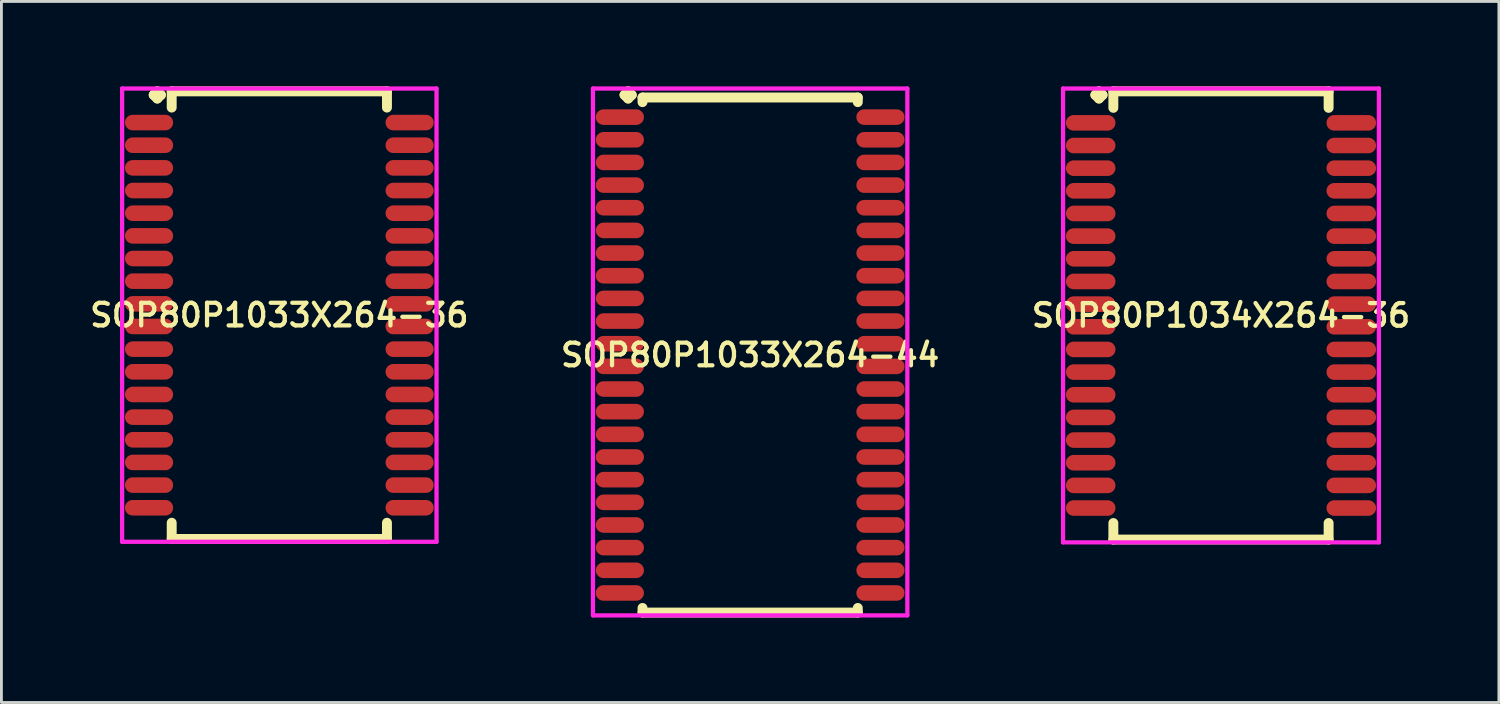
<source format=kicad_pcb>
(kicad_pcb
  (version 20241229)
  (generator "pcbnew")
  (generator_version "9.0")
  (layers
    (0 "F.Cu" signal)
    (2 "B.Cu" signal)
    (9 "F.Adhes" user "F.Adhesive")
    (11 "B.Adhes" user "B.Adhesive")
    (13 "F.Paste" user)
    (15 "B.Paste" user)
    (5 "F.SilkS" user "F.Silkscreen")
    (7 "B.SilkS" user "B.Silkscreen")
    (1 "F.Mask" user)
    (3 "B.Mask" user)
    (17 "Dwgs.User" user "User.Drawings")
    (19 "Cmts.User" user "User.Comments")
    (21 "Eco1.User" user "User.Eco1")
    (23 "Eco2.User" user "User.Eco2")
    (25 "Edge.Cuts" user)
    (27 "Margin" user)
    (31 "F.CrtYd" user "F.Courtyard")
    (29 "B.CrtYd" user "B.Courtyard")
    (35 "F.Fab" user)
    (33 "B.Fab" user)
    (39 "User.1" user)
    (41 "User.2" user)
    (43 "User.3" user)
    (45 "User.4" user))
  (footprint "SOP80P1034X264-36"
    (layer "F.Cu")
    (at 40.058 8.087)
    (property "Reference" "SOP80P1034X264-36" (at 0 0 0) (layer "F.SilkS") (effects (font (size 0.8 0.8) (thickness 0.15))))
    (attr smd)
    (fp_line (start -4.435 -7.785) (end -4.308 -7.912) (stroke (width 0.35) (type solid)) (layer "F.SilkS"))
    (fp_line (start -4.308 -7.912) (end -4.181 -7.785) (stroke (width 0.35) (type solid)) (layer "F.SilkS"))
    (fp_line (start -4.308 -7.658) (end -4.435 -7.785) (stroke (width 0.35) (type solid)) (layer "F.SilkS"))
    (fp_line (start -4.181 -7.785) (end -4.308 -7.658) (stroke (width 0.35) (type solid)) (layer "F.SilkS"))
    (fp_line (start -3.8 -7.912) (end 3.8 -7.912) (stroke (width 0.35) (type solid)) (layer "F.SilkS"))
    (fp_line (start -3.8 -7.329) (end -3.8 -7.912) (stroke (width 0.35) (type solid)) (layer "F.SilkS"))
    (fp_line (start -3.8 7.329) (end -3.8 7.912) (stroke (width 0.35) (type solid)) (layer "F.SilkS"))
    (fp_line (start -3.8 7.912) (end 3.8 7.912) (stroke (width 0.35) (type solid)) (layer "F.SilkS"))
    (fp_line (start 3.8 -7.912) (end 3.8 -7.329) (stroke (width 0.35) (type solid)) (layer "F.SilkS"))
    (fp_line (start 3.8 7.912) (end 3.8 7.329) (stroke (width 0.35) (type solid)) (layer "F.SilkS"))
    (fp_line (start -5.575 -8.012) (end 5.575 -8.012) (stroke (width 0.15) (type solid)) (layer "F.CrtYd"))
    (fp_line (start -5.575 8.012) (end -5.575 -8.012) (stroke (width 0.15) (type solid)) (layer "F.CrtYd"))
    (fp_line (start 5.575 -8.012) (end 5.575 8.012) (stroke (width 0.15) (type solid)) (layer "F.CrtYd"))
    (fp_line (start 5.575 8.012) (end -5.575 8.012) (stroke (width 0.15) (type solid)) (layer "F.CrtYd"))
    (pad "1" smd oval (at -4.6 -6.8) (size 1.75 0.55) (layers "F.Cu" "F.Mask" "F.Paste"))
    (pad "2" smd oval (at -4.6 -6) (size 1.75 0.55) (layers "F.Cu" "F.Mask" "F.Paste"))
    (pad "3" smd oval (at -4.6 -5.2) (size 1.75 0.55) (layers "F.Cu" "F.Mask" "F.Paste"))
    (pad "4" smd oval (at -4.6 -4.4) (size 1.75 0.55) (layers "F.Cu" "F.Mask" "F.Paste"))
    (pad "5" smd oval (at -4.6 -3.6) (size 1.75 0.55) (layers "F.Cu" "F.Mask" "F.Paste"))
    (pad "6" smd oval (at -4.6 -2.8) (size 1.75 0.55) (layers "F.Cu" "F.Mask" "F.Paste"))
    (pad "7" smd oval (at -4.6 -2) (size 1.75 0.55) (layers "F.Cu" "F.Mask" "F.Paste"))
    (pad "8" smd oval (at -4.6 -1.2) (size 1.75 0.55) (layers "F.Cu" "F.Mask" "F.Paste"))
    (pad "9" smd oval (at -4.6 -0.4) (size 1.75 0.55) (layers "F.Cu" "F.Mask" "F.Paste"))
    (pad "10" smd oval (at -4.6 0.4) (size 1.75 0.55) (layers "F.Cu" "F.Mask" "F.Paste"))
    (pad "11" smd oval (at -4.6 1.2) (size 1.75 0.55) (layers "F.Cu" "F.Mask" "F.Paste"))
    (pad "12" smd oval (at -4.6 2) (size 1.75 0.55) (layers "F.Cu" "F.Mask" "F.Paste"))
    (pad "13" smd oval (at -4.6 2.8) (size 1.75 0.55) (layers "F.Cu" "F.Mask" "F.Paste"))
    (pad "14" smd oval (at -4.6 3.6) (size 1.75 0.55) (layers "F.Cu" "F.Mask" "F.Paste"))
    (pad "15" smd oval (at -4.6 4.4) (size 1.75 0.55) (layers "F.Cu" "F.Mask" "F.Paste"))
    (pad "16" smd oval (at -4.6 5.2) (size 1.75 0.55) (layers "F.Cu" "F.Mask" "F.Paste"))
    (pad "17" smd oval (at -4.6 6) (size 1.75 0.55) (layers "F.Cu" "F.Mask" "F.Paste"))
    (pad "18" smd oval (at -4.6 6.8) (size 1.75 0.55) (layers "F.Cu" "F.Mask" "F.Paste"))
    (pad "19" smd oval (at 4.6 6.8) (size 1.75 0.55) (layers "F.Cu" "F.Mask" "F.Paste"))
    (pad "20" smd oval (at 4.6 6) (size 1.75 0.55) (layers "F.Cu" "F.Mask" "F.Paste"))
    (pad "21" smd oval (at 4.6 5.2) (size 1.75 0.55) (layers "F.Cu" "F.Mask" "F.Paste"))
    (pad "22" smd oval (at 4.6 4.4) (size 1.75 0.55) (layers "F.Cu" "F.Mask" "F.Paste"))
    (pad "23" smd oval (at 4.6 3.6) (size 1.75 0.55) (layers "F.Cu" "F.Mask" "F.Paste"))
    (pad "24" smd oval (at 4.6 2.8) (size 1.75 0.55) (layers "F.Cu" "F.Mask" "F.Paste"))
    (pad "25" smd oval (at 4.6 2) (size 1.75 0.55) (layers "F.Cu" "F.Mask" "F.Paste"))
    (pad "26" smd oval (at 4.6 1.2) (size 1.75 0.55) (layers "F.Cu" "F.Mask" "F.Paste"))
    (pad "27" smd oval (at 4.6 0.4) (size 1.75 0.55) (layers "F.Cu" "F.Mask" "F.Paste"))
    (pad "28" smd oval (at 4.6 -0.4) (size 1.75 0.55) (layers "F.Cu" "F.Mask" "F.Paste"))
    (pad "29" smd oval (at 4.6 -1.2) (size 1.75 0.55) (layers "F.Cu" "F.Mask" "F.Paste"))
    (pad "30" smd oval (at 4.6 -2) (size 1.75 0.55) (layers "F.Cu" "F.Mask" "F.Paste"))
    (pad "31" smd oval (at 4.6 -2.8) (size 1.75 0.55) (layers "F.Cu" "F.Mask" "F.Paste"))
    (pad "32" smd oval (at 4.6 -3.6) (size 1.75 0.55) (layers "F.Cu" "F.Mask" "F.Paste"))
    (pad "33" smd oval (at 4.6 -4.4) (size 1.75 0.55) (layers "F.Cu" "F.Mask" "F.Paste"))
    (pad "34" smd oval (at 4.6 -5.2) (size 1.75 0.55) (layers "F.Cu" "F.Mask" "F.Paste"))
    (pad "35" smd oval (at 4.6 -6) (size 1.75 0.55) (layers "F.Cu" "F.Mask" "F.Paste"))
    (pad "36" smd oval (at 4.6 -6.8) (size 1.75 0.55) (layers "F.Cu" "F.Mask" "F.Paste")))
  (footprint "SOP80P1033X264-44"
    (layer "F.Cu")
    (at 23.435 9.485)
    (property "Reference" "SOP80P1033X264-44" (at 0 0 0) (layer "F.SilkS") (effects (font (size 0.8 0.8) (thickness 0.15))))
    (attr smd)
    (fp_line (start -4.435 -9.183) (end -4.308 -9.31) (stroke (width 0.35) (type solid)) (layer "F.SilkS"))
    (fp_line (start -4.308 -9.31) (end -4.181 -9.183) (stroke (width 0.35) (type solid)) (layer "F.SilkS"))
    (fp_line (start -4.308 -9.056) (end -4.435 -9.183) (stroke (width 0.35) (type solid)) (layer "F.SilkS"))
    (fp_line (start -4.181 -9.183) (end -4.308 -9.056) (stroke (width 0.35) (type solid)) (layer "F.SilkS"))
    (fp_line (start -3.8 -9.092) (end 3.8 -9.092) (stroke (width 0.35) (type solid)) (layer "F.SilkS"))
    (fp_line (start -3.8 -8.929) (end -3.8 -9.092) (stroke (width 0.35) (type solid)) (layer "F.SilkS"))
    (fp_line (start -3.8 8.929) (end -3.8 9.092) (stroke (width 0.35) (type solid)) (layer "F.SilkS"))
    (fp_line (start -3.8 9.092) (end 3.8 9.092) (stroke (width 0.35) (type solid)) (layer "F.SilkS"))
    (fp_line (start 3.8 -9.092) (end 3.8 -8.929) (stroke (width 0.35) (type solid)) (layer "F.SilkS"))
    (fp_line (start 3.8 9.092) (end 3.8 8.929) (stroke (width 0.35) (type solid)) (layer "F.SilkS"))
    (fp_line (start -5.55 -9.41) (end 5.55 -9.41) (stroke (width 0.15) (type solid)) (layer "F.CrtYd"))
    (fp_line (start -5.55 9.192) (end -5.55 -9.41) (stroke (width 0.15) (type solid)) (layer "F.CrtYd"))
    (fp_line (start 5.55 -9.41) (end 5.55 9.192) (stroke (width 0.15) (type solid)) (layer "F.CrtYd"))
    (fp_line (start 5.55 9.192) (end -5.55 9.192) (stroke (width 0.15) (type solid)) (layer "F.CrtYd"))
    (pad "1" smd oval (at -4.6 -8.4) (size 1.7 0.55) (layers "F.Cu" "F.Mask" "F.Paste"))
    (pad "2" smd oval (at -4.6 -7.6) (size 1.7 0.55) (layers "F.Cu" "F.Mask" "F.Paste"))
    (pad "3" smd oval (at -4.6 -6.8) (size 1.7 0.55) (layers "F.Cu" "F.Mask" "F.Paste"))
    (pad "4" smd oval (at -4.6 -6) (size 1.7 0.55) (layers "F.Cu" "F.Mask" "F.Paste"))
    (pad "5" smd oval (at -4.6 -5.2) (size 1.7 0.55) (layers "F.Cu" "F.Mask" "F.Paste"))
    (pad "6" smd oval (at -4.6 -4.4) (size 1.7 0.55) (layers "F.Cu" "F.Mask" "F.Paste"))
    (pad "7" smd oval (at -4.6 -3.6) (size 1.7 0.55) (layers "F.Cu" "F.Mask" "F.Paste"))
    (pad "8" smd oval (at -4.6 -2.8) (size 1.7 0.55) (layers "F.Cu" "F.Mask" "F.Paste"))
    (pad "9" smd oval (at -4.6 -2) (size 1.7 0.55) (layers "F.Cu" "F.Mask" "F.Paste"))
    (pad "10" smd oval (at -4.6 -1.2) (size 1.7 0.55) (layers "F.Cu" "F.Mask" "F.Paste"))
    (pad "11" smd oval (at -4.6 -0.4) (size 1.7 0.55) (layers "F.Cu" "F.Mask" "F.Paste"))
    (pad "12" smd oval (at -4.6 0.4) (size 1.7 0.55) (layers "F.Cu" "F.Mask" "F.Paste"))
    (pad "13" smd oval (at -4.6 1.2) (size 1.7 0.55) (layers "F.Cu" "F.Mask" "F.Paste"))
    (pad "14" smd oval (at -4.6 2) (size 1.7 0.55) (layers "F.Cu" "F.Mask" "F.Paste"))
    (pad "15" smd oval (at -4.6 2.8) (size 1.7 0.55) (layers "F.Cu" "F.Mask" "F.Paste"))
    (pad "16" smd oval (at -4.6 3.6) (size 1.7 0.55) (layers "F.Cu" "F.Mask" "F.Paste"))
    (pad "17" smd oval (at -4.6 4.4) (size 1.7 0.55) (layers "F.Cu" "F.Mask" "F.Paste"))
    (pad "18" smd oval (at -4.6 5.2) (size 1.7 0.55) (layers "F.Cu" "F.Mask" "F.Paste"))
    (pad "19" smd oval (at -4.6 6) (size 1.7 0.55) (layers "F.Cu" "F.Mask" "F.Paste"))
    (pad "20" smd oval (at -4.6 6.8) (size 1.7 0.55) (layers "F.Cu" "F.Mask" "F.Paste"))
    (pad "21" smd oval (at -4.6 7.6) (size 1.7 0.55) (layers "F.Cu" "F.Mask" "F.Paste"))
    (pad "22" smd oval (at -4.6 8.4) (size 1.7 0.55) (layers "F.Cu" "F.Mask" "F.Paste"))
    (pad "23" smd oval (at 4.6 8.4) (size 1.7 0.55) (layers "F.Cu" "F.Mask" "F.Paste"))
    (pad "24" smd oval (at 4.6 7.6) (size 1.7 0.55) (layers "F.Cu" "F.Mask" "F.Paste"))
    (pad "25" smd oval (at 4.6 6.8) (size 1.7 0.55) (layers "F.Cu" "F.Mask" "F.Paste"))
    (pad "26" smd oval (at 4.6 6) (size 1.7 0.55) (layers "F.Cu" "F.Mask" "F.Paste"))
    (pad "27" smd oval (at 4.6 5.2) (size 1.7 0.55) (layers "F.Cu" "F.Mask" "F.Paste"))
    (pad "28" smd oval (at 4.6 4.4) (size 1.7 0.55) (layers "F.Cu" "F.Mask" "F.Paste"))
    (pad "29" smd oval (at 4.6 3.6) (size 1.7 0.55) (layers "F.Cu" "F.Mask" "F.Paste"))
    (pad "30" smd oval (at 4.6 2.8) (size 1.7 0.55) (layers "F.Cu" "F.Mask" "F.Paste"))
    (pad "31" smd oval (at 4.6 2) (size 1.7 0.55) (layers "F.Cu" "F.Mask" "F.Paste"))
    (pad "32" smd oval (at 4.6 1.2) (size 1.7 0.55) (layers "F.Cu" "F.Mask" "F.Paste"))
    (pad "33" smd oval (at 4.6 0.4) (size 1.7 0.55) (layers "F.Cu" "F.Mask" "F.Paste"))
    (pad "34" smd oval (at 4.6 -0.4) (size 1.7 0.55) (layers "F.Cu" "F.Mask" "F.Paste"))
    (pad "35" smd oval (at 4.6 -1.2) (size 1.7 0.55) (layers "F.Cu" "F.Mask" "F.Paste"))
    (pad "36" smd oval (at 4.6 -2) (size 1.7 0.55) (layers "F.Cu" "F.Mask" "F.Paste"))
    (pad "37" smd oval (at 4.6 -2.8) (size 1.7 0.55) (layers "F.Cu" "F.Mask" "F.Paste"))
    (pad "38" smd oval (at 4.6 -3.6) (size 1.7 0.55) (layers "F.Cu" "F.Mask" "F.Paste"))
    (pad "39" smd oval (at 4.6 -4.4) (size 1.7 0.55) (layers "F.Cu" "F.Mask" "F.Paste"))
    (pad "40" smd oval (at 4.6 -5.2) (size 1.7 0.55) (layers "F.Cu" "F.Mask" "F.Paste"))
    (pad "41" smd oval (at 4.6 -6) (size 1.7 0.55) (layers "F.Cu" "F.Mask" "F.Paste"))
    (pad "42" smd oval (at 4.6 -6.8) (size 1.7 0.55) (layers "F.Cu" "F.Mask" "F.Paste"))
    (pad "43" smd oval (at 4.6 -7.6) (size 1.7 0.55) (layers "F.Cu" "F.Mask" "F.Paste"))
    (pad "44" smd oval (at 4.6 -8.4) (size 1.7 0.55) (layers "F.Cu" "F.Mask" "F.Paste")))
  (footprint "SOP80P1033X264-36"
    (layer "F.Cu")
    (at 6.812 8.077)
    (property "Reference" "SOP80P1033X264-36" (at 0 0 0) (layer "F.SilkS") (effects (font (size 0.8 0.8) (thickness 0.15))))
    (attr smd)
    (fp_line (start -4.435 -7.775) (end -4.308 -7.902) (stroke (width 0.35) (type solid)) (layer "F.SilkS"))
    (fp_line (start -4.308 -7.902) (end -4.181 -7.775) (stroke (width 0.35) (type solid)) (layer "F.SilkS"))
    (fp_line (start -4.308 -7.648) (end -4.435 -7.775) (stroke (width 0.35) (type solid)) (layer "F.SilkS"))
    (fp_line (start -4.181 -7.775) (end -4.308 -7.648) (stroke (width 0.35) (type solid)) (layer "F.SilkS"))
    (fp_line (start -3.8 -7.902) (end 3.8 -7.902) (stroke (width 0.35) (type solid)) (layer "F.SilkS"))
    (fp_line (start -3.8 -7.329) (end -3.8 -7.902) (stroke (width 0.35) (type solid)) (layer "F.SilkS"))
    (fp_line (start -3.8 7.329) (end -3.8 7.902) (stroke (width 0.35) (type solid)) (layer "F.SilkS"))
    (fp_line (start -3.8 7.902) (end 3.8 7.902) (stroke (width 0.35) (type solid)) (layer "F.SilkS"))
    (fp_line (start 3.8 -7.902) (end 3.8 -7.329) (stroke (width 0.35) (type solid)) (layer "F.SilkS"))
    (fp_line (start 3.8 7.902) (end 3.8 7.329) (stroke (width 0.35) (type solid)) (layer "F.SilkS"))
    (fp_line (start -5.55 -8.002) (end 5.55 -8.002) (stroke (width 0.15) (type solid)) (layer "F.CrtYd"))
    (fp_line (start -5.55 8.002) (end -5.55 -8.002) (stroke (width 0.15) (type solid)) (layer "F.CrtYd"))
    (fp_line (start 5.55 -8.002) (end 5.55 8.002) (stroke (width 0.15) (type solid)) (layer "F.CrtYd"))
    (fp_line (start 5.55 8.002) (end -5.55 8.002) (stroke (width 0.15) (type solid)) (layer "F.CrtYd"))
    (pad "1" smd oval (at -4.6 -6.8) (size 1.7 0.55) (layers "F.Cu" "F.Mask" "F.Paste"))
    (pad "2" smd oval (at -4.6 -6) (size 1.7 0.55) (layers "F.Cu" "F.Mask" "F.Paste"))
    (pad "3" smd oval (at -4.6 -5.2) (size 1.7 0.55) (layers "F.Cu" "F.Mask" "F.Paste"))
    (pad "4" smd oval (at -4.6 -4.4) (size 1.7 0.55) (layers "F.Cu" "F.Mask" "F.Paste"))
    (pad "5" smd oval (at -4.6 -3.6) (size 1.7 0.55) (layers "F.Cu" "F.Mask" "F.Paste"))
    (pad "6" smd oval (at -4.6 -2.8) (size 1.7 0.55) (layers "F.Cu" "F.Mask" "F.Paste"))
    (pad "7" smd oval (at -4.6 -2) (size 1.7 0.55) (layers "F.Cu" "F.Mask" "F.Paste"))
    (pad "8" smd oval (at -4.6 -1.2) (size 1.7 0.55) (layers "F.Cu" "F.Mask" "F.Paste"))
    (pad "9" smd oval (at -4.6 -0.4) (size 1.7 0.55) (layers "F.Cu" "F.Mask" "F.Paste"))
    (pad "10" smd oval (at -4.6 0.4) (size 1.7 0.55) (layers "F.Cu" "F.Mask" "F.Paste"))
    (pad "11" smd oval (at -4.6 1.2) (size 1.7 0.55) (layers "F.Cu" "F.Mask" "F.Paste"))
    (pad "12" smd oval (at -4.6 2) (size 1.7 0.55) (layers "F.Cu" "F.Mask" "F.Paste"))
    (pad "13" smd oval (at -4.6 2.8) (size 1.7 0.55) (layers "F.Cu" "F.Mask" "F.Paste"))
    (pad "14" smd oval (at -4.6 3.6) (size 1.7 0.55) (layers "F.Cu" "F.Mask" "F.Paste"))
    (pad "15" smd oval (at -4.6 4.4) (size 1.7 0.55) (layers "F.Cu" "F.Mask" "F.Paste"))
    (pad "16" smd oval (at -4.6 5.2) (size 1.7 0.55) (layers "F.Cu" "F.Mask" "F.Paste"))
    (pad "17" smd oval (at -4.6 6) (size 1.7 0.55) (layers "F.Cu" "F.Mask" "F.Paste"))
    (pad "18" smd oval (at -4.6 6.8) (size 1.7 0.55) (layers "F.Cu" "F.Mask" "F.Paste"))
    (pad "19" smd oval (at 4.6 6.8) (size 1.7 0.55) (layers "F.Cu" "F.Mask" "F.Paste"))
    (pad "20" smd oval (at 4.6 6) (size 1.7 0.55) (layers "F.Cu" "F.Mask" "F.Paste"))
    (pad "21" smd oval (at 4.6 5.2) (size 1.7 0.55) (layers "F.Cu" "F.Mask" "F.Paste"))
    (pad "22" smd oval (at 4.6 4.4) (size 1.7 0.55) (layers "F.Cu" "F.Mask" "F.Paste"))
    (pad "23" smd oval (at 4.6 3.6) (size 1.7 0.55) (layers "F.Cu" "F.Mask" "F.Paste"))
    (pad "24" smd oval (at 4.6 2.8) (size 1.7 0.55) (layers "F.Cu" "F.Mask" "F.Paste"))
    (pad "25" smd oval (at 4.6 2) (size 1.7 0.55) (layers "F.Cu" "F.Mask" "F.Paste"))
    (pad "26" smd oval (at 4.6 1.2) (size 1.7 0.55) (layers "F.Cu" "F.Mask" "F.Paste"))
    (pad "27" smd oval (at 4.6 0.4) (size 1.7 0.55) (layers "F.Cu" "F.Mask" "F.Paste"))
    (pad "28" smd oval (at 4.6 -0.4) (size 1.7 0.55) (layers "F.Cu" "F.Mask" "F.Paste"))
    (pad "29" smd oval (at 4.6 -1.2) (size 1.7 0.55) (layers "F.Cu" "F.Mask" "F.Paste"))
    (pad "30" smd oval (at 4.6 -2) (size 1.7 0.55) (layers "F.Cu" "F.Mask" "F.Paste"))
    (pad "31" smd oval (at 4.6 -2.8) (size 1.7 0.55) (layers "F.Cu" "F.Mask" "F.Paste"))
    (pad "32" smd oval (at 4.6 -3.6) (size 1.7 0.55) (layers "F.Cu" "F.Mask" "F.Paste"))
    (pad "33" smd oval (at 4.6 -4.4) (size 1.7 0.55) (layers "F.Cu" "F.Mask" "F.Paste"))
    (pad "34" smd oval (at 4.6 -5.2) (size 1.7 0.55) (layers "F.Cu" "F.Mask" "F.Paste"))
    (pad "35" smd oval (at 4.6 -6) (size 1.7 0.55) (layers "F.Cu" "F.Mask" "F.Paste"))
    (pad "36" smd oval (at 4.6 -6.8) (size 1.7 0.55) (layers "F.Cu" "F.Mask" "F.Paste")))
  (gr_rect
    (start -3 -3)
    (end 49.87 21.752)
    (stroke (width 0.1) (type default))
    (fill no)
    (layer "Edge.Cuts")))
</source>
